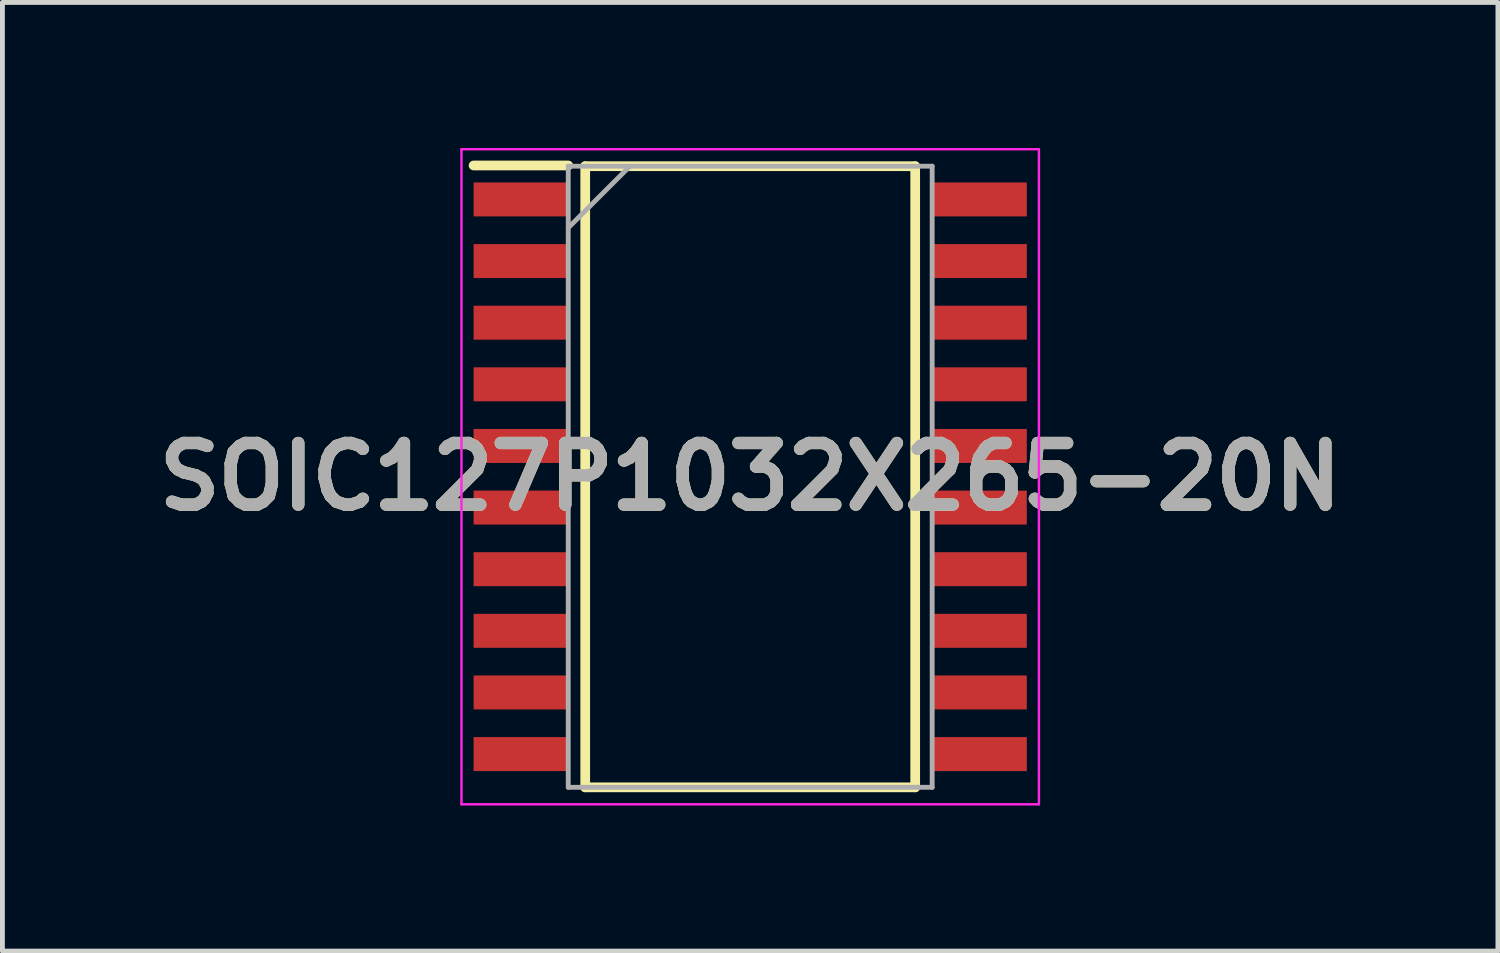
<source format=kicad_pcb>
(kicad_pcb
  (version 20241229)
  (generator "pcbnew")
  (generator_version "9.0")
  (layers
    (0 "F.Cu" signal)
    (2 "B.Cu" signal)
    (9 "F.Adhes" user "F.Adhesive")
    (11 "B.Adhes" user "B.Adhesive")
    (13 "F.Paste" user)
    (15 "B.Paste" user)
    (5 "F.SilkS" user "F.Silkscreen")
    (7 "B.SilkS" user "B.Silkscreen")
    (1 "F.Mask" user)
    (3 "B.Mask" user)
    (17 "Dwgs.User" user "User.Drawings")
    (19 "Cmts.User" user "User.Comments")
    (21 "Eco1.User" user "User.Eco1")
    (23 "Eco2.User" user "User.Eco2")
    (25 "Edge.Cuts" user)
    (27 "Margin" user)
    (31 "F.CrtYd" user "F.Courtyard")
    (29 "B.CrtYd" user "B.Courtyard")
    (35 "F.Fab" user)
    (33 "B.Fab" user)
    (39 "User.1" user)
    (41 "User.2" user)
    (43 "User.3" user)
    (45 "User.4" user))
  (footprint "SOIC127P1032X265-20N"
    (layer "F.Cu")
    (at 12.41 6.775)
    (property "Reference" "SOIC127P1032X265-20N" (at 0 0 0) (layer "F.SilkS") (effects (font (size 1.27 1.27) (thickness 0.254))))
    (attr smd)
    (fp_line (start -5.7 -6.415) (end -3.75 -6.415) (stroke (width 0.2) (type solid)) (layer "F.SilkS"))
    (fp_line (start -3.4 -6.4) (end 3.4 -6.4) (stroke (width 0.2) (type solid)) (layer "F.SilkS"))
    (fp_line (start -3.4 6.4) (end -3.4 -6.4) (stroke (width 0.2) (type solid)) (layer "F.SilkS"))
    (fp_line (start 3.4 -6.4) (end 3.4 6.4) (stroke (width 0.2) (type solid)) (layer "F.SilkS"))
    (fp_line (start 3.4 6.4) (end -3.4 6.4) (stroke (width 0.2) (type solid)) (layer "F.SilkS"))
    (fp_line (start -5.95 -6.75) (end 5.95 -6.75) (stroke (width 0.05) (type solid)) (layer "F.CrtYd"))
    (fp_line (start -5.95 6.75) (end -5.95 -6.75) (stroke (width 0.05) (type solid)) (layer "F.CrtYd"))
    (fp_line (start 5.95 -6.75) (end 5.95 6.75) (stroke (width 0.05) (type solid)) (layer "F.CrtYd"))
    (fp_line (start 5.95 6.75) (end -5.95 6.75) (stroke (width 0.05) (type solid)) (layer "F.CrtYd"))
    (fp_line (start -3.75 -6.4) (end 3.75 -6.4) (stroke (width 0.1) (type solid)) (layer "F.Fab"))
    (fp_line (start -3.75 -5.13) (end -2.48 -6.4) (stroke (width 0.1) (type solid)) (layer "F.Fab"))
    (fp_line (start -3.75 6.4) (end -3.75 -6.4) (stroke (width 0.1) (type solid)) (layer "F.Fab"))
    (fp_line (start 3.75 -6.4) (end 3.75 6.4) (stroke (width 0.1) (type solid)) (layer "F.Fab"))
    (fp_line (start 3.75 6.4) (end -3.75 6.4) (stroke (width 0.1) (type solid)) (layer "F.Fab"))
    (fp_text user "${REFERENCE}" (at 0 0 0) (layer "F.Fab") (effects (font (size 1.27 1.27) (thickness 0.254))))
    (pad "1" smd rect (at -4.725 -5.715 90) (size 0.7 1.95) (layers "F.Cu" "F.Mask" "F.Paste"))
    (pad "2" smd rect (at -4.725 -4.445 90) (size 0.7 1.95) (layers "F.Cu" "F.Mask" "F.Paste"))
    (pad "3" smd rect (at -4.725 -3.175 90) (size 0.7 1.95) (layers "F.Cu" "F.Mask" "F.Paste"))
    (pad "4" smd rect (at -4.725 -1.905 90) (size 0.7 1.95) (layers "F.Cu" "F.Mask" "F.Paste"))
    (pad "5" smd rect (at -4.725 -0.635 90) (size 0.7 1.95) (layers "F.Cu" "F.Mask" "F.Paste"))
    (pad "6" smd rect (at -4.725 0.635 90) (size 0.7 1.95) (layers "F.Cu" "F.Mask" "F.Paste"))
    (pad "7" smd rect (at -4.725 1.905 90) (size 0.7 1.95) (layers "F.Cu" "F.Mask" "F.Paste"))
    (pad "8" smd rect (at -4.725 3.175 90) (size 0.7 1.95) (layers "F.Cu" "F.Mask" "F.Paste"))
    (pad "9" smd rect (at -4.725 4.445 90) (size 0.7 1.95) (layers "F.Cu" "F.Mask" "F.Paste"))
    (pad "10" smd rect (at -4.725 5.715 90) (size 0.7 1.95) (layers "F.Cu" "F.Mask" "F.Paste"))
    (pad "11" smd rect (at 4.725 5.715 90) (size 0.7 1.95) (layers "F.Cu" "F.Mask" "F.Paste"))
    (pad "12" smd rect (at 4.725 4.445 90) (size 0.7 1.95) (layers "F.Cu" "F.Mask" "F.Paste"))
    (pad "13" smd rect (at 4.725 3.175 90) (size 0.7 1.95) (layers "F.Cu" "F.Mask" "F.Paste"))
    (pad "14" smd rect (at 4.725 1.905 90) (size 0.7 1.95) (layers "F.Cu" "F.Mask" "F.Paste"))
    (pad "15" smd rect (at 4.725 0.635 90) (size 0.7 1.95) (layers "F.Cu" "F.Mask" "F.Paste"))
    (pad "16" smd rect (at 4.725 -0.635 90) (size 0.7 1.95) (layers "F.Cu" "F.Mask" "F.Paste"))
    (pad "17" smd rect (at 4.725 -1.905 90) (size 0.7 1.95) (layers "F.Cu" "F.Mask" "F.Paste"))
    (pad "18" smd rect (at 4.725 -3.175 90) (size 0.7 1.95) (layers "F.Cu" "F.Mask" "F.Paste"))
    (pad "19" smd rect (at 4.725 -4.445 90) (size 0.7 1.95) (layers "F.Cu" "F.Mask" "F.Paste"))
    (pad "20" smd rect (at 4.725 -5.715 90) (size 0.7 1.95) (layers "F.Cu" "F.Mask" "F.Paste")))
  (gr_rect
    (start -3 -3)
    (end 27.819 16.55)
    (stroke (width 0.1) (type default))
    (fill no)
    (layer "Edge.Cuts")))
</source>
